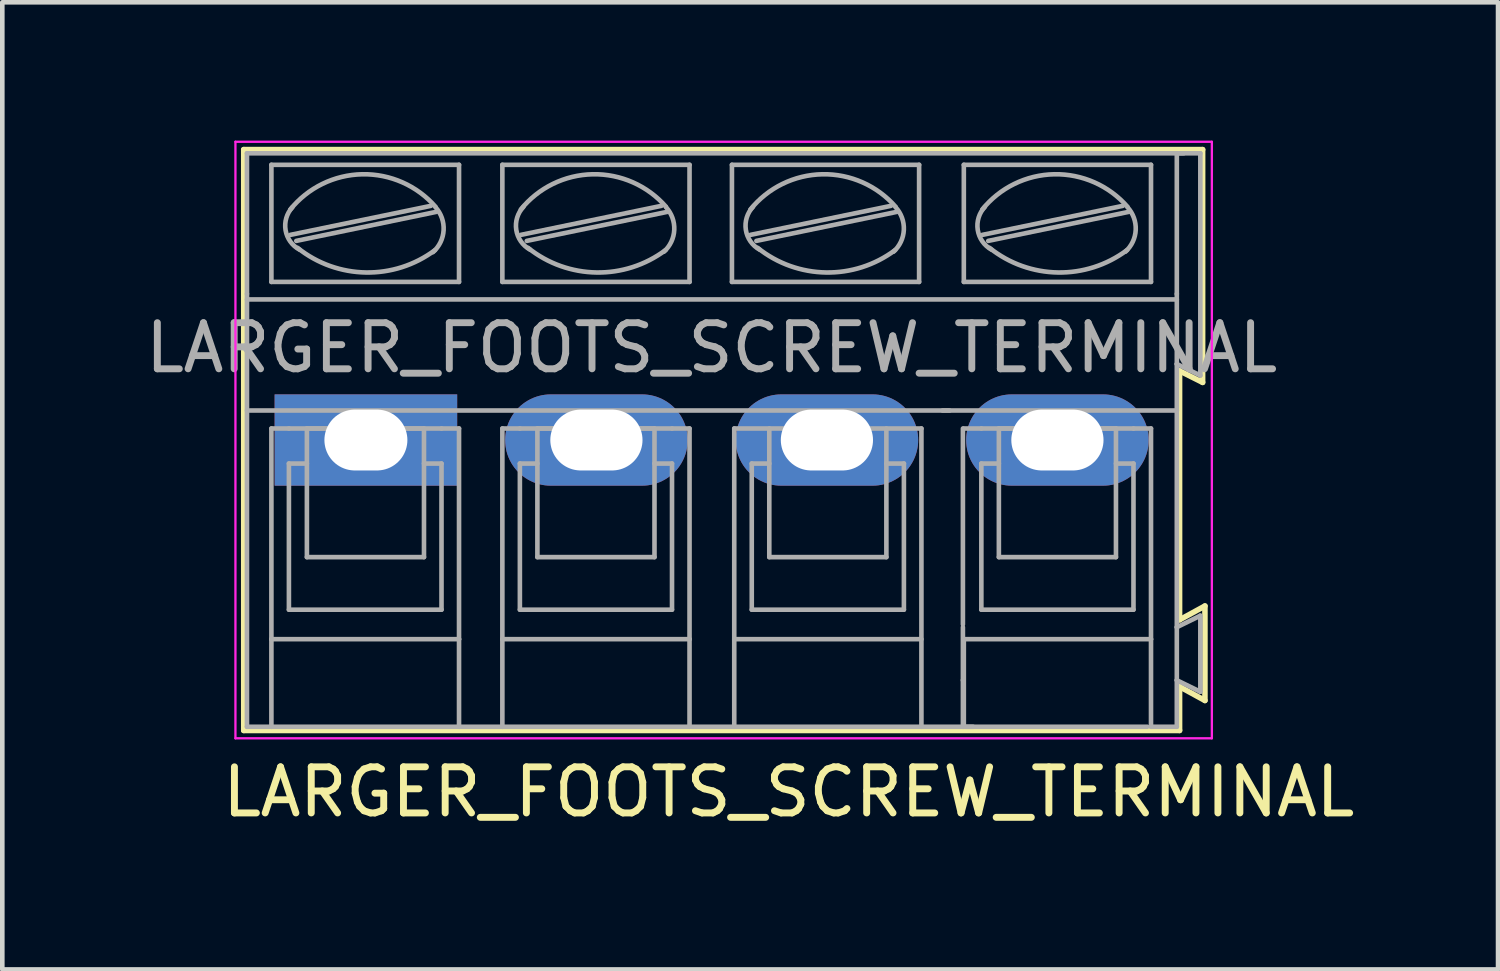
<source format=kicad_pcb>
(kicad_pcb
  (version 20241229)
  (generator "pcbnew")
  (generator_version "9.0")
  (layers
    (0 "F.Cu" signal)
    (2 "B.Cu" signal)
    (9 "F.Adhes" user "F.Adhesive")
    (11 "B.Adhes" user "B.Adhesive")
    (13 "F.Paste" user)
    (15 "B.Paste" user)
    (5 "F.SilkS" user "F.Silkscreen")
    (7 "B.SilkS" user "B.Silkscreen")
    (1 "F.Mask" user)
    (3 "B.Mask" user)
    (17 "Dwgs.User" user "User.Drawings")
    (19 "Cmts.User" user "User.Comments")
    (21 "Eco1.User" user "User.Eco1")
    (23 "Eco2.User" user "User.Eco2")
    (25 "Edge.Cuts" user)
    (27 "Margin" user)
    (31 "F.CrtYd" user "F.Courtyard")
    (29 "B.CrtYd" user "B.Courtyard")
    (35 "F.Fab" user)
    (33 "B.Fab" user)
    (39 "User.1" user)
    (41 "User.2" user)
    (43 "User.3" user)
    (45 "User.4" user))
  (footprint "LARGER_FOOTS_SCREW_TERMINAL"
    (layer "F.Cu")
    (at 4.887 6.495)
    (property "Reference" "LARGER_FOOTS_SCREW_TERMINAL" (at 9.172 7.634 0) (layer "F.SilkS") (effects (font (size 1 1) (thickness 0.15))))
    (attr through_hole)
    (fp_line (start -2.65 -6.3) (end 18.15 -6.3) (stroke (width 0.12) (type solid)) (layer "F.SilkS"))
    (fp_line (start -2.65 6.3) (end -2.65 -6.3) (stroke (width 0.12) (type solid)) (layer "F.SilkS"))
    (fp_line (start 17.65 -1.5) (end 17.65 3.9) (stroke (width 0.12) (type solid)) (layer "F.SilkS"))
    (fp_line (start 17.65 3.9) (end 18.2 3.6) (stroke (width 0.12) (type solid)) (layer "F.SilkS"))
    (fp_line (start 17.65 5.35) (end 17.65 6.3) (stroke (width 0.12) (type solid)) (layer "F.SilkS"))
    (fp_line (start 17.65 6.3) (end -2.65 6.3) (stroke (width 0.12) (type solid)) (layer "F.SilkS"))
    (fp_line (start 18.15 -6.3) (end 18.15 -1.25) (stroke (width 0.12) (type solid)) (layer "F.SilkS"))
    (fp_line (start 18.15 -1.25) (end 17.65 -1.5) (stroke (width 0.12) (type solid)) (layer "F.SilkS"))
    (fp_line (start 18.2 3.6) (end 18.2 5.65) (stroke (width 0.12) (type solid)) (layer "F.SilkS"))
    (fp_line (start 18.2 5.65) (end 17.65 5.35) (stroke (width 0.12) (type solid)) (layer "F.SilkS"))
    (fp_line (start -2.83 -6.47) (end -2.83 6.47) (stroke (width 0.05) (type solid)) (layer "F.CrtYd"))
    (fp_line (start -2.83 -6.47) (end 18.35 -6.47) (stroke (width 0.05) (type solid)) (layer "F.CrtYd"))
    (fp_line (start 18.35 6.47) (end -2.83 6.47) (stroke (width 0.05) (type solid)) (layer "F.CrtYd"))
    (fp_line (start 18.35 6.47) (end 18.35 -6.47) (stroke (width 0.05) (type solid)) (layer "F.CrtYd"))
    (fp_line (start -2.58 -3.17) (end -2.58 -6.22) (stroke (width 0.1) (type solid)) (layer "F.Fab"))
    (fp_line (start -2.58 -0.64) (end -2.58 -3.17) (stroke (width 0.1) (type solid)) (layer "F.Fab"))
    (fp_line (start -2.58 6.22) (end -2.58 -0.64) (stroke (width 0.1) (type solid)) (layer "F.Fab"))
    (fp_line (start -2.58 6.22) (end -2.05 6.22) (stroke (width 0.1) (type solid)) (layer "F.Fab"))
    (fp_line (start -2.05 -3.43) (end -2.05 -5.97) (stroke (width 0.1) (type solid)) (layer "F.Fab"))
    (fp_line (start -2.05 -0.25) (end -2.05 4.32) (stroke (width 0.1) (type solid)) (layer "F.Fab"))
    (fp_line (start -2.05 -0.25) (end -1.67 -0.25) (stroke (width 0.1) (type solid)) (layer "F.Fab"))
    (fp_line (start -2.05 4.32) (end -2.05 6.22) (stroke (width 0.1) (type solid)) (layer "F.Fab"))
    (fp_line (start -2.05 6.22) (end 2.02 6.22) (stroke (width 0.1) (type solid)) (layer "F.Fab"))
    (fp_line (start -1.67 0.51) (end -1.28 0.51) (stroke (width 0.1) (type solid)) (layer "F.Fab"))
    (fp_line (start -1.67 3.68) (end -1.67 0.51) (stroke (width 0.1) (type solid)) (layer "F.Fab"))
    (fp_line (start -1.64 -4.45) (end 1.41 -5.08) (stroke (width 0.1) (type solid)) (layer "F.Fab"))
    (fp_line (start -1.51 -4.32) (end 1.53 -4.95) (stroke (width 0.1) (type solid)) (layer "F.Fab"))
    (fp_line (start -1.28 -0.25) (end 1.26 -0.25) (stroke (width 0.1) (type solid)) (layer "F.Fab"))
    (fp_line (start -1.28 2.54) (end -1.28 -0.25) (stroke (width 0.1) (type solid)) (layer "F.Fab"))
    (fp_line (start -1.28 2.54) (end 1.26 2.54) (stroke (width 0.1) (type solid)) (layer "F.Fab"))
    (fp_line (start 1.26 2.54) (end 1.26 -0.25) (stroke (width 0.1) (type solid)) (layer "F.Fab"))
    (fp_line (start 1.64 -0.25) (end -1.67 -0.25) (stroke (width 0.1) (type solid)) (layer "F.Fab"))
    (fp_line (start 1.64 0.51) (end 1.26 0.51) (stroke (width 0.1) (type solid)) (layer "F.Fab"))
    (fp_line (start 1.64 3.68) (end -1.67 3.68) (stroke (width 0.1) (type solid)) (layer "F.Fab"))
    (fp_line (start 1.64 3.68) (end 1.64 0.51) (stroke (width 0.1) (type solid)) (layer "F.Fab"))
    (fp_line (start 2.02 -5.97) (end -2.05 -5.97) (stroke (width 0.1) (type solid)) (layer "F.Fab"))
    (fp_line (start 2.02 -3.43) (end -2.05 -3.43) (stroke (width 0.1) (type solid)) (layer "F.Fab"))
    (fp_line (start 2.02 -3.43) (end 2.02 -5.97) (stroke (width 0.1) (type solid)) (layer "F.Fab"))
    (fp_line (start 2.02 -0.25) (end 1.64 -0.25) (stroke (width 0.1) (type solid)) (layer "F.Fab"))
    (fp_line (start 2.02 4.32) (end -2.05 4.32) (stroke (width 0.1) (type solid)) (layer "F.Fab"))
    (fp_line (start 2.02 4.32) (end 2.02 -0.25) (stroke (width 0.1) (type solid)) (layer "F.Fab"))
    (fp_line (start 2.02 6.22) (end 2.02 4.32) (stroke (width 0.1) (type solid)) (layer "F.Fab"))
    (fp_line (start 2.02 6.22) (end 2.96 6.22) (stroke (width 0.1) (type solid)) (layer "F.Fab"))
    (fp_line (start 2.96 -5.97) (end 7.02 -5.97) (stroke (width 0.1) (type solid)) (layer "F.Fab"))
    (fp_line (start 2.96 -3.43) (end 2.96 -5.97) (stroke (width 0.1) (type solid)) (layer "F.Fab"))
    (fp_line (start 2.96 -0.25) (end 3.34 -0.25) (stroke (width 0.1) (type solid)) (layer "F.Fab"))
    (fp_line (start 2.96 4.32) (end 2.96 -0.25) (stroke (width 0.1) (type solid)) (layer "F.Fab"))
    (fp_line (start 2.96 4.32) (end 7.02 4.32) (stroke (width 0.1) (type solid)) (layer "F.Fab"))
    (fp_line (start 2.96 6.22) (end 2.96 4.32) (stroke (width 0.1) (type solid)) (layer "F.Fab"))
    (fp_line (start 2.96 6.22) (end 7.02 6.22) (stroke (width 0.1) (type solid)) (layer "F.Fab"))
    (fp_line (start 3.34 -0.25) (end 6.64 -0.25) (stroke (width 0.1) (type solid)) (layer "F.Fab"))
    (fp_line (start 3.34 0.51) (end 3.72 0.51) (stroke (width 0.1) (type solid)) (layer "F.Fab"))
    (fp_line (start 3.34 3.68) (end 3.34 0.51) (stroke (width 0.1) (type solid)) (layer "F.Fab"))
    (fp_line (start 3.36 -4.45) (end 6.41 -5.08) (stroke (width 0.1) (type solid)) (layer "F.Fab"))
    (fp_line (start 3.49 -4.32) (end 6.54 -4.95) (stroke (width 0.1) (type solid)) (layer "F.Fab"))
    (fp_line (start 3.72 -0.25) (end 6.26 -0.25) (stroke (width 0.1) (type solid)) (layer "F.Fab"))
    (fp_line (start 3.72 2.54) (end 3.72 -0.25) (stroke (width 0.1) (type solid)) (layer "F.Fab"))
    (fp_line (start 3.72 2.54) (end 6.26 2.54) (stroke (width 0.1) (type solid)) (layer "F.Fab"))
    (fp_line (start 6.26 2.54) (end 6.26 -0.25) (stroke (width 0.1) (type solid)) (layer "F.Fab"))
    (fp_line (start 6.64 0.51) (end 6.26 0.51) (stroke (width 0.1) (type solid)) (layer "F.Fab"))
    (fp_line (start 6.64 3.68) (end 3.34 3.68) (stroke (width 0.1) (type solid)) (layer "F.Fab"))
    (fp_line (start 6.64 3.68) (end 6.64 0.51) (stroke (width 0.1) (type solid)) (layer "F.Fab"))
    (fp_line (start 7.02 -5.97) (end 7.02 -3.43) (stroke (width 0.1) (type solid)) (layer "F.Fab"))
    (fp_line (start 7.02 -3.43) (end 2.96 -3.43) (stroke (width 0.1) (type solid)) (layer "F.Fab"))
    (fp_line (start 7.02 -0.25) (end 6.64 -0.25) (stroke (width 0.1) (type solid)) (layer "F.Fab"))
    (fp_line (start 7.02 -0.25) (end 7.02 4.32) (stroke (width 0.1) (type solid)) (layer "F.Fab"))
    (fp_line (start 7.02 4.32) (end 7.02 6.22) (stroke (width 0.1) (type solid)) (layer "F.Fab"))
    (fp_line (start 7.94 -5.97) (end 12 -5.97) (stroke (width 0.1) (type solid)) (layer "F.Fab"))
    (fp_line (start 7.94 -3.43) (end 7.94 -5.97) (stroke (width 0.1) (type solid)) (layer "F.Fab"))
    (fp_line (start 7.99 -0.25) (end 12.05 -0.25) (stroke (width 0.1) (type solid)) (layer "F.Fab"))
    (fp_line (start 7.99 4.32) (end 12.05 4.32) (stroke (width 0.1) (type solid)) (layer "F.Fab"))
    (fp_line (start 7.99 6.22) (end 7.99 -0.25) (stroke (width 0.1) (type solid)) (layer "F.Fab"))
    (fp_line (start 8.34 -4.45) (end 11.39 -5.08) (stroke (width 0.1) (type solid)) (layer "F.Fab"))
    (fp_line (start 8.37 0.51) (end 8.37 3.68) (stroke (width 0.1) (type solid)) (layer "F.Fab"))
    (fp_line (start 8.37 0.51) (end 8.75 0.51) (stroke (width 0.1) (type solid)) (layer "F.Fab"))
    (fp_line (start 8.37 3.68) (end 11.67 3.68) (stroke (width 0.1) (type solid)) (layer "F.Fab"))
    (fp_line (start 8.47 -4.32) (end 11.52 -4.95) (stroke (width 0.1) (type solid)) (layer "F.Fab"))
    (fp_line (start 8.75 -0.25) (end 8.75 2.54) (stroke (width 0.1) (type solid)) (layer "F.Fab"))
    (fp_line (start 8.75 2.54) (end 11.29 2.54) (stroke (width 0.1) (type solid)) (layer "F.Fab"))
    (fp_line (start 11.29 2.54) (end 11.29 -0.25) (stroke (width 0.1) (type solid)) (layer "F.Fab"))
    (fp_line (start 11.67 0.51) (end 11.29 0.51) (stroke (width 0.1) (type solid)) (layer "F.Fab"))
    (fp_line (start 11.67 3.68) (end 11.67 0.51) (stroke (width 0.1) (type solid)) (layer "F.Fab"))
    (fp_line (start 12 -5.97) (end 12 -3.43) (stroke (width 0.1) (type solid)) (layer "F.Fab"))
    (fp_line (start 12 -3.43) (end 7.94 -3.43) (stroke (width 0.1) (type solid)) (layer "F.Fab"))
    (fp_line (start 12.05 6.22) (end 12.05 -0.25) (stroke (width 0.1) (type solid)) (layer "F.Fab"))
    (fp_line (start 12.51 -0.64) (end 17.59 -0.64) (stroke (width 0.1) (type solid)) (layer "F.Fab"))
    (fp_line (start 12.66 -0.64) (end -2.52 -0.64) (stroke (width 0.1) (type solid)) (layer "F.Fab"))
    (fp_line (start 12.95 4) (end 12.95 -0.25) (stroke (width 0.1) (type solid)) (layer "F.Fab"))
    (fp_line (start 12.95 4.06) (end 12.95 5.21) (stroke (width 0.1) (type solid)) (layer "F.Fab"))
    (fp_line (start 12.95 5.21) (end 12.95 6.22) (stroke (width 0.1) (type solid)) (layer "F.Fab"))
    (fp_line (start 12.97 -5.97) (end 17.03 -5.97) (stroke (width 0.1) (type solid)) (layer "F.Fab"))
    (fp_line (start 12.97 -3.43) (end 12.97 -5.97) (stroke (width 0.1) (type solid)) (layer "F.Fab"))
    (fp_line (start 12.97 -0.25) (end 13.35 -0.25) (stroke (width 0.1) (type solid)) (layer "F.Fab"))
    (fp_line (start 12.97 4.32) (end 17.03 4.32) (stroke (width 0.1) (type solid)) (layer "F.Fab"))
    (fp_line (start 12.97 6.22) (end 12.97 4.32) (stroke (width 0.1) (type solid)) (layer "F.Fab"))
    (fp_line (start 13.17 6.22) (end 7.07 6.22) (stroke (width 0.1) (type solid)) (layer "F.Fab"))
    (fp_line (start 13.35 -0.25) (end 16.65 -0.25) (stroke (width 0.1) (type solid)) (layer "F.Fab"))
    (fp_line (start 13.35 0.51) (end 13.73 0.51) (stroke (width 0.1) (type solid)) (layer "F.Fab"))
    (fp_line (start 13.35 3.68) (end 13.35 0.51) (stroke (width 0.1) (type solid)) (layer "F.Fab"))
    (fp_line (start 13.37 -4.45) (end 16.42 -5.08) (stroke (width 0.1) (type solid)) (layer "F.Fab"))
    (fp_line (start 13.5 -4.32) (end 16.55 -4.95) (stroke (width 0.1) (type solid)) (layer "F.Fab"))
    (fp_line (start 13.73 -0.25) (end 16.27 -0.25) (stroke (width 0.1) (type solid)) (layer "F.Fab"))
    (fp_line (start 13.73 2.54) (end 13.73 -0.25) (stroke (width 0.1) (type solid)) (layer "F.Fab"))
    (fp_line (start 13.73 2.54) (end 16.27 2.54) (stroke (width 0.1) (type solid)) (layer "F.Fab"))
    (fp_line (start 16.27 2.54) (end 16.27 -0.25) (stroke (width 0.1) (type solid)) (layer "F.Fab"))
    (fp_line (start 16.65 0.51) (end 16.27 0.51) (stroke (width 0.1) (type solid)) (layer "F.Fab"))
    (fp_line (start 16.65 3.68) (end 13.35 3.68) (stroke (width 0.1) (type solid)) (layer "F.Fab"))
    (fp_line (start 16.65 3.68) (end 16.65 0.51) (stroke (width 0.1) (type solid)) (layer "F.Fab"))
    (fp_line (start 16.95 6.22) (end 13.02 6.22) (stroke (width 0.1) (type solid)) (layer "F.Fab"))
    (fp_line (start 17.03 -5.97) (end 17.03 -3.43) (stroke (width 0.1) (type solid)) (layer "F.Fab"))
    (fp_line (start 17.03 -3.43) (end 12.97 -3.43) (stroke (width 0.1) (type solid)) (layer "F.Fab"))
    (fp_line (start 17.03 -0.25) (end 16.65 -0.25) (stroke (width 0.1) (type solid)) (layer "F.Fab"))
    (fp_line (start 17.03 -0.25) (end 17.03 4.32) (stroke (width 0.1) (type solid)) (layer "F.Fab"))
    (fp_line (start 17.03 4.32) (end 17.03 6.22) (stroke (width 0.1) (type solid)) (layer "F.Fab"))
    (fp_line (start 17.03 6.22) (end 17.59 6.22) (stroke (width 0.1) (type solid)) (layer "F.Fab"))
    (fp_line (start 17.59 -6.22) (end 17.59 -3.17) (stroke (width 0.1) (type solid)) (layer "F.Fab"))
    (fp_line (start 17.59 -6.22) (end 18.1 -6.22) (stroke (width 0.1) (type solid)) (layer "F.Fab"))
    (fp_line (start 17.59 -3.17) (end 17.59 -1.65) (stroke (width 0.1) (type solid)) (layer "F.Fab"))
    (fp_line (start 17.59 -3.05) (end -2.58 -3.05) (stroke (width 0.1) (type solid)) (layer "F.Fab"))
    (fp_line (start 17.59 -1.65) (end 17.59 -0.64) (stroke (width 0.1) (type solid)) (layer "F.Fab"))
    (fp_line (start 17.59 -0.64) (end 17.59 4.06) (stroke (width 0.1) (type solid)) (layer "F.Fab"))
    (fp_line (start 17.59 4.06) (end 17.59 5.21) (stroke (width 0.1) (type solid)) (layer "F.Fab"))
    (fp_line (start 17.59 5.21) (end 17.59 6.22) (stroke (width 0.1) (type solid)) (layer "F.Fab"))
    (fp_line (start 17.74 -6.22) (end -2.58 -6.22) (stroke (width 0.1) (type solid)) (layer "F.Fab"))
    (fp_line (start 18.1 -6.22) (end 18.1 -1.4) (stroke (width 0.1) (type solid)) (layer "F.Fab"))
    (fp_line (start 18.1 -1.4) (end 17.59 -1.65) (stroke (width 0.1) (type solid)) (layer "F.Fab"))
    (fp_line (start 18.1 3.81) (end 17.59 4.06) (stroke (width 0.1) (type solid)) (layer "F.Fab"))
    (fp_line (start 18.1 3.81) (end 18.1 5.46) (stroke (width 0.1) (type solid)) (layer "F.Fab"))
    (fp_line (start 18.1 5.46) (end 17.59 5.21) (stroke (width 0.1) (type solid)) (layer "F.Fab"))
    (fp_arc (start -1.64 -5) (mid -0.080263 -5.764867) (end 1.508239 -5.061686) (stroke (width 0.1) (type solid)) (layer "F.Fab"))
    (fp_arc (start -1.44 -4.13) (mid -1.742324 -4.551515) (end -1.595426 -5.049005) (stroke (width 0.1) (type solid)) (layer "F.Fab"))
    (fp_arc (start 1.5 -4.12) (mid 0.000583 -3.634318) (end -1.482333 -4.168263) (stroke (width 0.1) (type solid)) (layer "F.Fab"))
    (fp_arc (start 1.51 -5.05) (mid 1.685733 -4.551652) (end 1.455532 -4.076005) (stroke (width 0.1) (type solid)) (layer "F.Fab"))
    (fp_arc (start 3.36 -5) (mid 4.919737 -5.764867) (end 6.508239 -5.061686) (stroke (width 0.1) (type solid)) (layer "F.Fab"))
    (fp_arc (start 3.56 -4.13) (mid 3.261534 -4.559406) (end 3.417028 -5.058699) (stroke (width 0.1) (type solid)) (layer "F.Fab"))
    (fp_arc (start 6.5 -4.12) (mid 5.000583 -3.634318) (end 3.517667 -4.168263) (stroke (width 0.1) (type solid)) (layer "F.Fab"))
    (fp_arc (start 6.51 -5.05) (mid 6.688693 -4.558754) (end 6.465619 -4.086005) (stroke (width 0.1) (type solid)) (layer "F.Fab"))
    (fp_arc (start 8.34 -5) (mid 9.899737 -5.764867) (end 11.488239 -5.061686) (stroke (width 0.1) (type solid)) (layer "F.Fab"))
    (fp_arc (start 8.54 -4.13) (mid 8.241534 -4.559406) (end 8.397028 -5.058699) (stroke (width 0.1) (type solid)) (layer "F.Fab"))
    (fp_arc (start 11.48 -4.12) (mid 9.980583 -3.634318) (end 8.497667 -4.168263) (stroke (width 0.1) (type solid)) (layer "F.Fab"))
    (fp_arc (start 11.49 -5.05) (mid 11.668693 -4.558754) (end 11.445619 -4.086005) (stroke (width 0.1) (type solid)) (layer "F.Fab"))
    (fp_arc (start 13.37 -5) (mid 14.929737 -5.764867) (end 16.518239 -5.061686) (stroke (width 0.1) (type solid)) (layer "F.Fab"))
    (fp_arc (start 13.57 -4.13) (mid 13.271534 -4.559406) (end 13.427028 -5.058699) (stroke (width 0.1) (type solid)) (layer "F.Fab"))
    (fp_arc (start 16.51 -4.12) (mid 15.010583 -3.634318) (end 13.527667 -4.168263) (stroke (width 0.1) (type solid)) (layer "F.Fab"))
    (fp_arc (start 16.52 -5.05) (mid 16.698693 -4.558754) (end 16.475619 -4.086005) (stroke (width 0.1) (type solid)) (layer "F.Fab"))
    (fp_text user "${REFERENCE}" (at 7.5 -2 0) (layer "F.Fab") (effects (font (size 1 1) (thickness 0.15))))
    (pad "1" thru_hole rect (at 0 0) (size 3.96 1.98) (drill oval 1.8 1.32) (layers "*.Cu" "*.Mask"))
    (pad "2" thru_hole oval (at 5 0) (size 3.96 1.98) (drill oval 2 1.32) (layers "*.Cu" "*.Mask"))
    (pad "3" thru_hole oval (at 10 0) (size 3.96 1.98) (drill oval 2 1.32) (layers "*.Cu" "*.Mask"))
    (pad "4" thru_hole oval (at 15 0) (size 3.96 1.98) (drill oval 2 1.32) (layers "*.Cu" "*.Mask")))
  (gr_rect
    (start -3 -3)
    (end 29.445 17.978)
    (stroke (width 0.1) (type default))
    (fill no)
    (layer "Edge.Cuts")))
</source>
